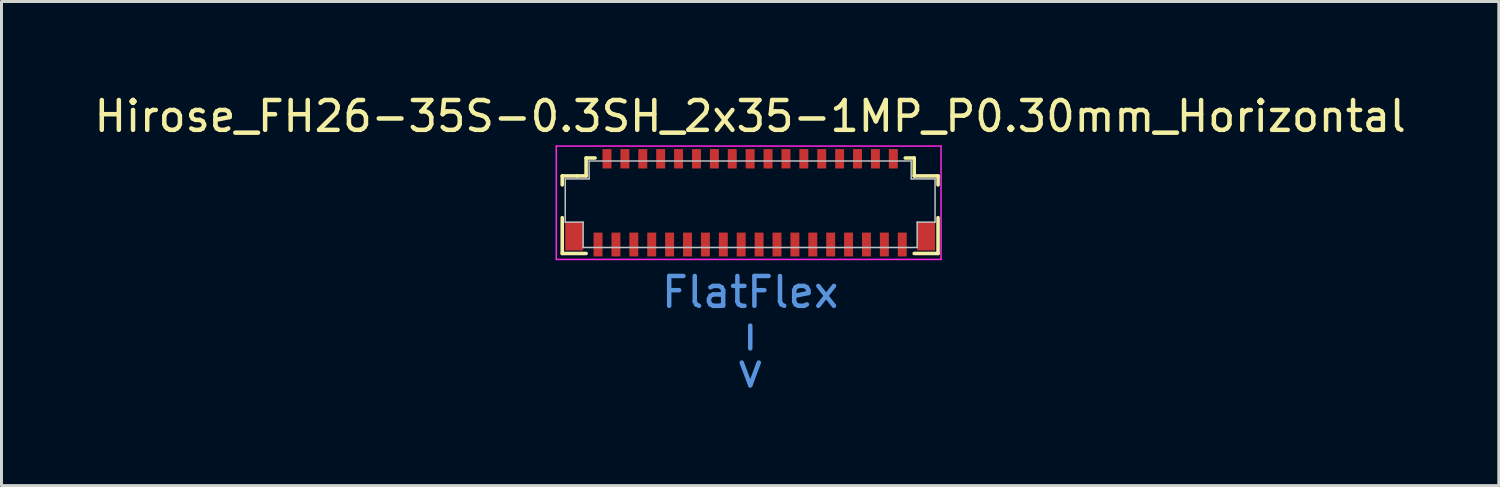
<source format=kicad_pcb>
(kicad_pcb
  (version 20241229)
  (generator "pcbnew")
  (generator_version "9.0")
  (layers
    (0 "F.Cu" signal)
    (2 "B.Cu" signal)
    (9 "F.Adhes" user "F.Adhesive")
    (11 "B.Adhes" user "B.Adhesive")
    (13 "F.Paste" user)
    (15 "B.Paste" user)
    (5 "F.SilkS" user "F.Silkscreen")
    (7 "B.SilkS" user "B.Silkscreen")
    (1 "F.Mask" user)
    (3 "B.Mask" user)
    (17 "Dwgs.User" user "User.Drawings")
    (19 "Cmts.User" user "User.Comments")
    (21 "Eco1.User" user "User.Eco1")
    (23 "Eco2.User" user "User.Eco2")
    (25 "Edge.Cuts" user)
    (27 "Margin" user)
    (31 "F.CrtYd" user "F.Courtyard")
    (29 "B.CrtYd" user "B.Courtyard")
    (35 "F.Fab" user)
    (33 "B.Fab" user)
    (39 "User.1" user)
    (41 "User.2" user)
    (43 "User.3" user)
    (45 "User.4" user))
  (footprint "Hirose_FH26-35S-0.3SH_2x35-1MP_P0.30mm_Horizontal"
    (layer "F.Cu")
    (at 22.101 3.748)
    (property "Reference" "Hirose_FH26-35S-0.3SH_2x35-1MP_P0.30mm_Horizontal" (at 0 -2.9 0) (layer "F.SilkS") (effects (font (size 1 1) (thickness 0.15))))
    (attr smd)
    (fp_line (start -6.3 -0.9) (end -6.3 -0.6) (stroke (width 0.12) (type solid)) (layer "F.SilkS"))
    (fp_line (start -6.3 1.7) (end -6.3 0.5) (stroke (width 0.12) (type solid)) (layer "F.SilkS"))
    (fp_line (start -5.8 -0.9) (end -6.3 -0.9) (stroke (width 0.12) (type solid)) (layer "F.SilkS"))
    (fp_line (start -5.5 -1.5) (end -5.5 -0.9) (stroke (width 0.12) (type solid)) (layer "F.SilkS"))
    (fp_line (start -5.5 -0.9) (end -5.8 -0.9) (stroke (width 0.12) (type solid)) (layer "F.SilkS"))
    (fp_line (start -5.5 1.7) (end -6.3 1.7) (stroke (width 0.12) (type solid)) (layer "F.SilkS"))
    (fp_line (start -5.2 -1.5) (end -5.5 -1.5) (stroke (width 0.12) (type solid)) (layer "F.SilkS"))
    (fp_line (start 5.2 -1.5) (end 5.5 -1.5) (stroke (width 0.12) (type solid)) (layer "F.SilkS"))
    (fp_line (start 5.5 -1.5) (end 5.5 -0.9) (stroke (width 0.12) (type solid)) (layer "F.SilkS"))
    (fp_line (start 5.5 -0.9) (end 6.3 -0.9) (stroke (width 0.12) (type solid)) (layer "F.SilkS"))
    (fp_line (start 5.5 1.7) (end 6.3 1.7) (stroke (width 0.12) (type solid)) (layer "F.SilkS"))
    (fp_line (start 6.3 -0.9) (end 6.3 -0.6) (stroke (width 0.12) (type solid)) (layer "F.SilkS"))
    (fp_line (start 6.3 1.7) (end 6.3 0.5) (stroke (width 0.12) (type solid)) (layer "F.SilkS"))
    (fp_line (start -6.2 -0.8) (end -6.2 0.65) (stroke (width 0.05) (type solid)) (layer "Dwgs.User"))
    (fp_line (start -6.2 0.65) (end -5.6 0.65) (stroke (width 0.05) (type solid)) (layer "Dwgs.User"))
    (fp_line (start -5.6 0.65) (end -5.6 1.5) (stroke (width 0.05) (type solid)) (layer "Dwgs.User"))
    (fp_line (start -5.6 1.5) (end 5.6 1.5) (stroke (width 0.05) (type solid)) (layer "Dwgs.User"))
    (fp_line (start -5.4 -1.4) (end -5.4 -0.8) (stroke (width 0.05) (type solid)) (layer "Dwgs.User"))
    (fp_line (start -5.4 -0.8) (end -6.2 -0.8) (stroke (width 0.05) (type solid)) (layer "Dwgs.User"))
    (fp_line (start 5.4 -1.4) (end -5.4 -1.4) (stroke (width 0.05) (type solid)) (layer "Dwgs.User"))
    (fp_line (start 5.4 -0.8) (end 5.4 -1.4) (stroke (width 0.05) (type solid)) (layer "Dwgs.User"))
    (fp_line (start 5.6 0.65) (end 6.2 0.65) (stroke (width 0.05) (type solid)) (layer "Dwgs.User"))
    (fp_line (start 5.6 1.5) (end 5.6 0.65) (stroke (width 0.05) (type solid)) (layer "Dwgs.User"))
    (fp_line (start 6.2 -0.8) (end 5.4 -0.8) (stroke (width 0.05) (type solid)) (layer "Dwgs.User"))
    (fp_line (start 6.2 0.65) (end 6.2 -0.8) (stroke (width 0.05) (type solid)) (layer "Dwgs.User"))
    (fp_line (start -6.5 -1.9) (end 6.4 -1.9) (stroke (width 0.05) (type solid)) (layer "F.CrtYd"))
    (fp_line (start -6.5 1.9) (end -6.5 -1.9) (stroke (width 0.05) (type solid)) (layer "F.CrtYd"))
    (fp_line (start 6.4 -1.9) (end 6.4 1.9) (stroke (width 0.05) (type solid)) (layer "F.CrtYd"))
    (fp_line (start 6.4 1.9) (end -6.5 1.9) (stroke (width 0.05) (type solid)) (layer "F.CrtYd"))
    (fp_text user "->" (at -0.07 5.12 90) (layer "Cmts.User") (effects (font (size 1 1) (thickness 0.15)) (justify mirror)))
    (fp_text user "FlatFlex" (at 0 3 0) (layer "Cmts.User") (effects (font (size 1 1) (thickness 0.15))))
    (pad "1" smd rect (at -5.1 1.4) (size 0.3 0.8) (layers "F.Cu" "F.Mask" "F.Paste"))
    (pad "2" smd rect (at -4.8 -1.475) (size 0.3 0.65) (layers "F.Cu" "F.Mask" "F.Paste"))
    (pad "3" smd rect (at -4.5 1.4) (size 0.3 0.8) (layers "F.Cu" "F.Mask" "F.Paste"))
    (pad "4" smd rect (at -4.2 -1.475) (size 0.3 0.65) (layers "F.Cu" "F.Mask" "F.Paste"))
    (pad "5" smd rect (at -3.9 1.4) (size 0.3 0.8) (layers "F.Cu" "F.Mask" "F.Paste"))
    (pad "6" smd rect (at -3.6 -1.475) (size 0.3 0.65) (layers "F.Cu" "F.Mask" "F.Paste"))
    (pad "7" smd rect (at -3.3 1.4) (size 0.3 0.8) (layers "F.Cu" "F.Mask" "F.Paste"))
    (pad "8" smd rect (at -3 -1.475) (size 0.3 0.65) (layers "F.Cu" "F.Mask" "F.Paste"))
    (pad "9" smd rect (at -2.7 1.4) (size 0.3 0.8) (layers "F.Cu" "F.Mask" "F.Paste"))
    (pad "10" smd rect (at -2.4 -1.475) (size 0.3 0.65) (layers "F.Cu" "F.Mask" "F.Paste"))
    (pad "11" smd rect (at -2.1 1.4) (size 0.3 0.8) (layers "F.Cu" "F.Mask" "F.Paste"))
    (pad "12" smd rect (at -1.8 -1.475) (size 0.3 0.65) (layers "F.Cu" "F.Mask" "F.Paste"))
    (pad "13" smd rect (at -1.5 1.4) (size 0.3 0.8) (layers "F.Cu" "F.Mask" "F.Paste"))
    (pad "14" smd rect (at -1.2 -1.475) (size 0.3 0.65) (layers "F.Cu" "F.Mask" "F.Paste"))
    (pad "15" smd rect (at -0.9 1.4) (size 0.3 0.8) (layers "F.Cu" "F.Mask" "F.Paste"))
    (pad "16" smd rect (at -0.6 -1.475) (size 0.3 0.65) (layers "F.Cu" "F.Mask" "F.Paste"))
    (pad "17" smd rect (at -0.3 1.4) (size 0.3 0.8) (layers "F.Cu" "F.Mask" "F.Paste"))
    (pad "18" smd rect (at 0 -1.475) (size 0.3 0.65) (layers "F.Cu" "F.Mask" "F.Paste"))
    (pad "19" smd rect (at 0.3 1.4) (size 0.3 0.8) (layers "F.Cu" "F.Mask" "F.Paste"))
    (pad "20" smd rect (at 0.6 -1.475) (size 0.3 0.65) (layers "F.Cu" "F.Mask" "F.Paste"))
    (pad "21" smd rect (at 0.9 1.4) (size 0.3 0.8) (layers "F.Cu" "F.Mask" "F.Paste"))
    (pad "22" smd rect (at 1.2 -1.475) (size 0.3 0.65) (layers "F.Cu" "F.Mask" "F.Paste"))
    (pad "23" smd rect (at 1.5 1.4) (size 0.3 0.8) (layers "F.Cu" "F.Mask" "F.Paste"))
    (pad "24" smd rect (at 1.8 -1.475) (size 0.3 0.65) (layers "F.Cu" "F.Mask" "F.Paste"))
    (pad "25" smd rect (at 2.1 1.4) (size 0.3 0.8) (layers "F.Cu" "F.Mask" "F.Paste"))
    (pad "26" smd rect (at 2.4 -1.475) (size 0.3 0.65) (layers "F.Cu" "F.Mask" "F.Paste"))
    (pad "27" smd rect (at 2.7 1.4) (size 0.3 0.8) (layers "F.Cu" "F.Mask" "F.Paste"))
    (pad "28" smd rect (at 3 -1.475) (size 0.3 0.65) (layers "F.Cu" "F.Mask" "F.Paste"))
    (pad "29" smd rect (at 3.3 1.4) (size 0.3 0.8) (layers "F.Cu" "F.Mask" "F.Paste"))
    (pad "30" smd rect (at 3.6 -1.475) (size 0.3 0.65) (layers "F.Cu" "F.Mask" "F.Paste"))
    (pad "31" smd rect (at 3.9 1.4) (size 0.3 0.8) (layers "F.Cu" "F.Mask" "F.Paste"))
    (pad "32" smd rect (at 4.2 -1.475) (size 0.3 0.65) (layers "F.Cu" "F.Mask" "F.Paste"))
    (pad "33" smd rect (at 4.5 1.4) (size 0.3 0.8) (layers "F.Cu" "F.Mask" "F.Paste"))
    (pad "34" smd rect (at 4.8 -1.475) (size 0.3 0.65) (layers "F.Cu" "F.Mask" "F.Paste"))
    (pad "35" smd rect (at 5.1 1.4) (size 0.3 0.8) (layers "F.Cu" "F.Mask" "F.Paste"))
    (pad "MP" smd rect (at -5.9 1.125) (size 0.6 0.95) (layers "F.Cu" "F.Mask" "F.Paste"))
    (pad "MP" smd rect (at 5.9 1.125) (size 0.6 0.95) (layers "F.Cu" "F.Mask" "F.Paste")))
  (gr_rect
    (start -3 -3)
    (end 47.202 13.231)
    (stroke (width 0.1) (type default))
    (fill no)
    (layer "Edge.Cuts")))
</source>
